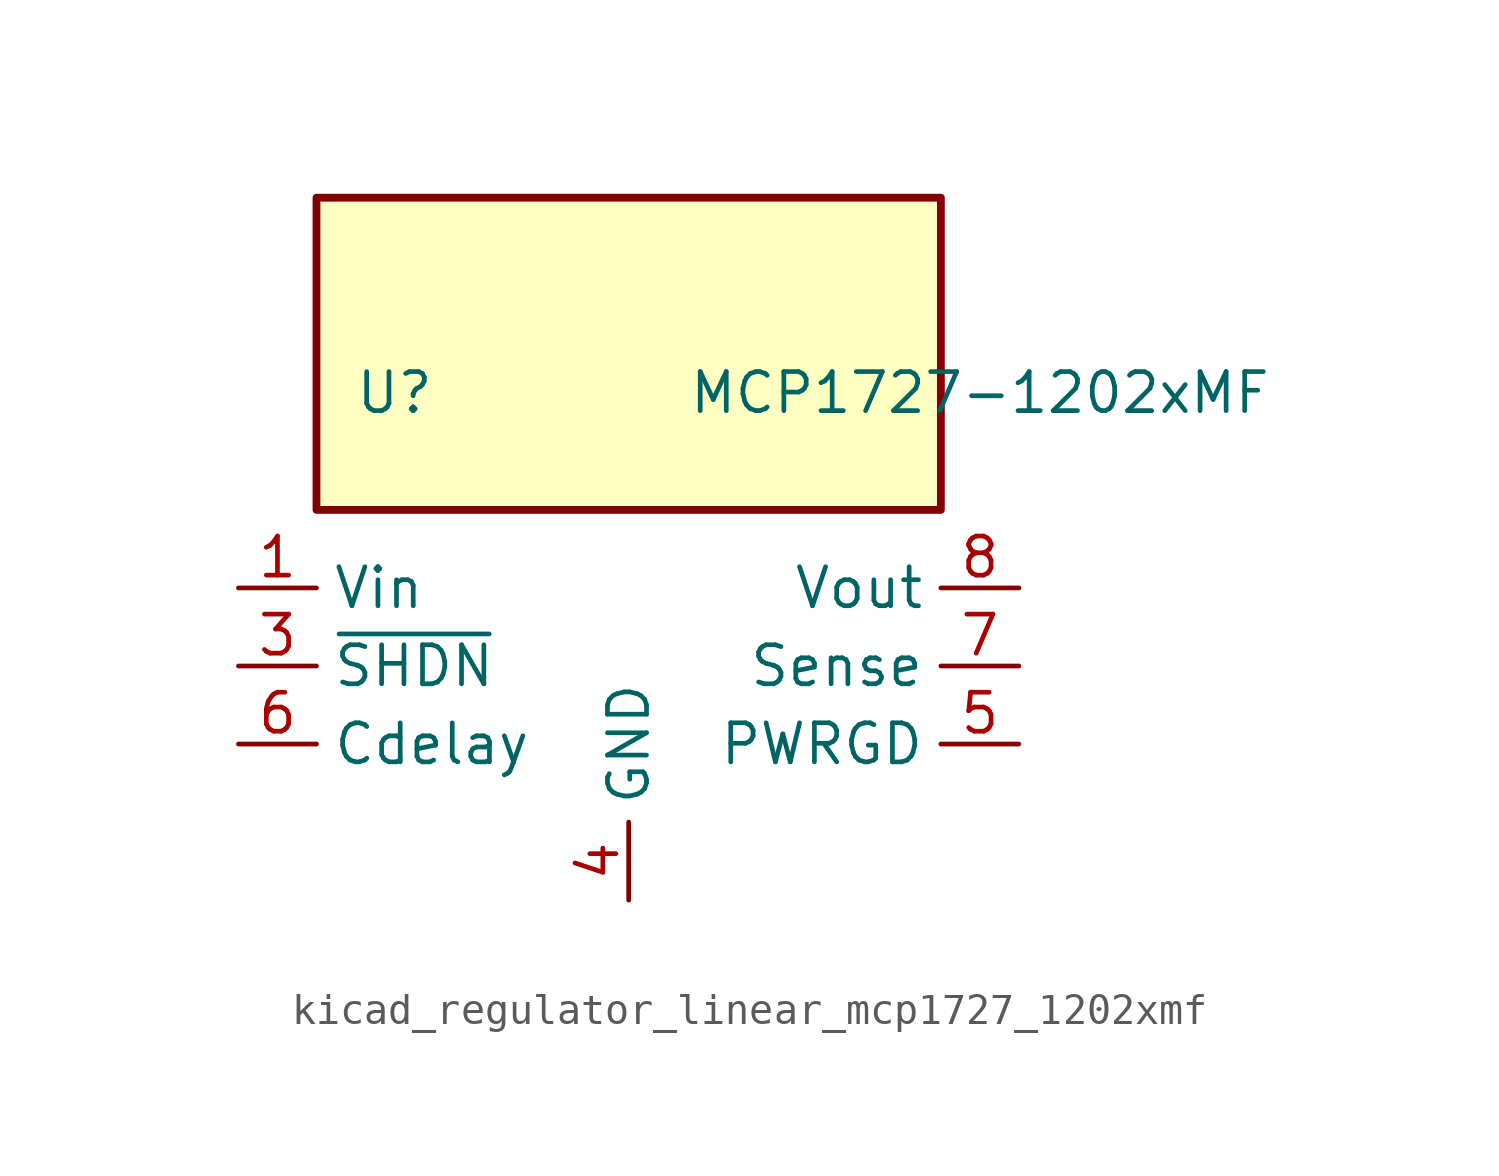
<source format=kicad_sym>
(kicad_symbol_lib
  (version 20220914)
  (generator kicad_symbol_editor)
  (symbol "kicad_regulator_linear_mcp1727_1202xmf"
    (property "Reference" "U"
      (at -7.62 8.89 0)
      (effects (font (size 1.27 1.27))))
    (property "Value" "MCP1727-1202xMF"
      (at 11.43 8.89 0)
      (effects (font (size 1.27 1.27))))
    (symbol "kicad_regulator_linear_mcp1727_1202xmf_0_0"
      (pin open_collector line (at 12.7 -2.54 180) (length 2.54) (name "PWRGD" (effects (font (size 1.27 1.27)))) (number "5" (effects (font (size 1.27 1.27)))))
      (pin input line (at -12.7 -2.54 0) (length 2.54) (name "Cdelay" (effects (font (size 1.27 1.27)))) (number "6" (effects (font (size 1.27 1.27)))))
      (pin input line (at 12.7 0 180) (length 2.54) (name "Sense" (effects (font (size 1.27 1.27)))) (number "7" (effects (font (size 1.27 1.27)))))
      (pin power_out line (at 12.7 2.54 180) (length 2.54) (name "Vout" (effects (font (size 1.27 1.27)))) (number "8" (effects (font (size 1.27 1.27))))))
    (symbol "kicad_regulator_linear_mcp1727_1202xmf_0_1"
      (rectangle (start 10.16 15.24) (end -10.16 5.08) (stroke (width 0.254) (type default)) (fill (type background))))
    (symbol "kicad_regulator_linear_mcp1727_1202xmf_1_1"
      (pin power_in line (at -12.7 2.54 0) (length 2.54) (name "Vin" (effects (font (size 1.27 1.27)))) (number "1" (effects (font (size 1.27 1.27)))))
      (pin passive line (at -12.7 2.54 0) (length 2.54) hide (name "Vin" (effects (font (size 1.27 1.27)))) (number "2" (effects (font (size 1.27 1.27)))))
      (pin input line (at -12.7 0 0) (length 2.54) (name "~{SHDN}" (effects (font (size 1.27 1.27)))) (number "3" (effects (font (size 1.27 1.27)))))
      (pin power_in line (at 0 -7.62 90) (length 2.54) (name "GND" (effects (font (size 1.27 1.27)))) (number "4" (effects (font (size 1.27 1.27)))))
      (pin passive line (at 0 -7.62 90) (length 2.54) hide (name "GND" (effects (font (size 1.27 1.27)))) (number "9" (effects (font (size 1.27 1.27))))))))
</source>
